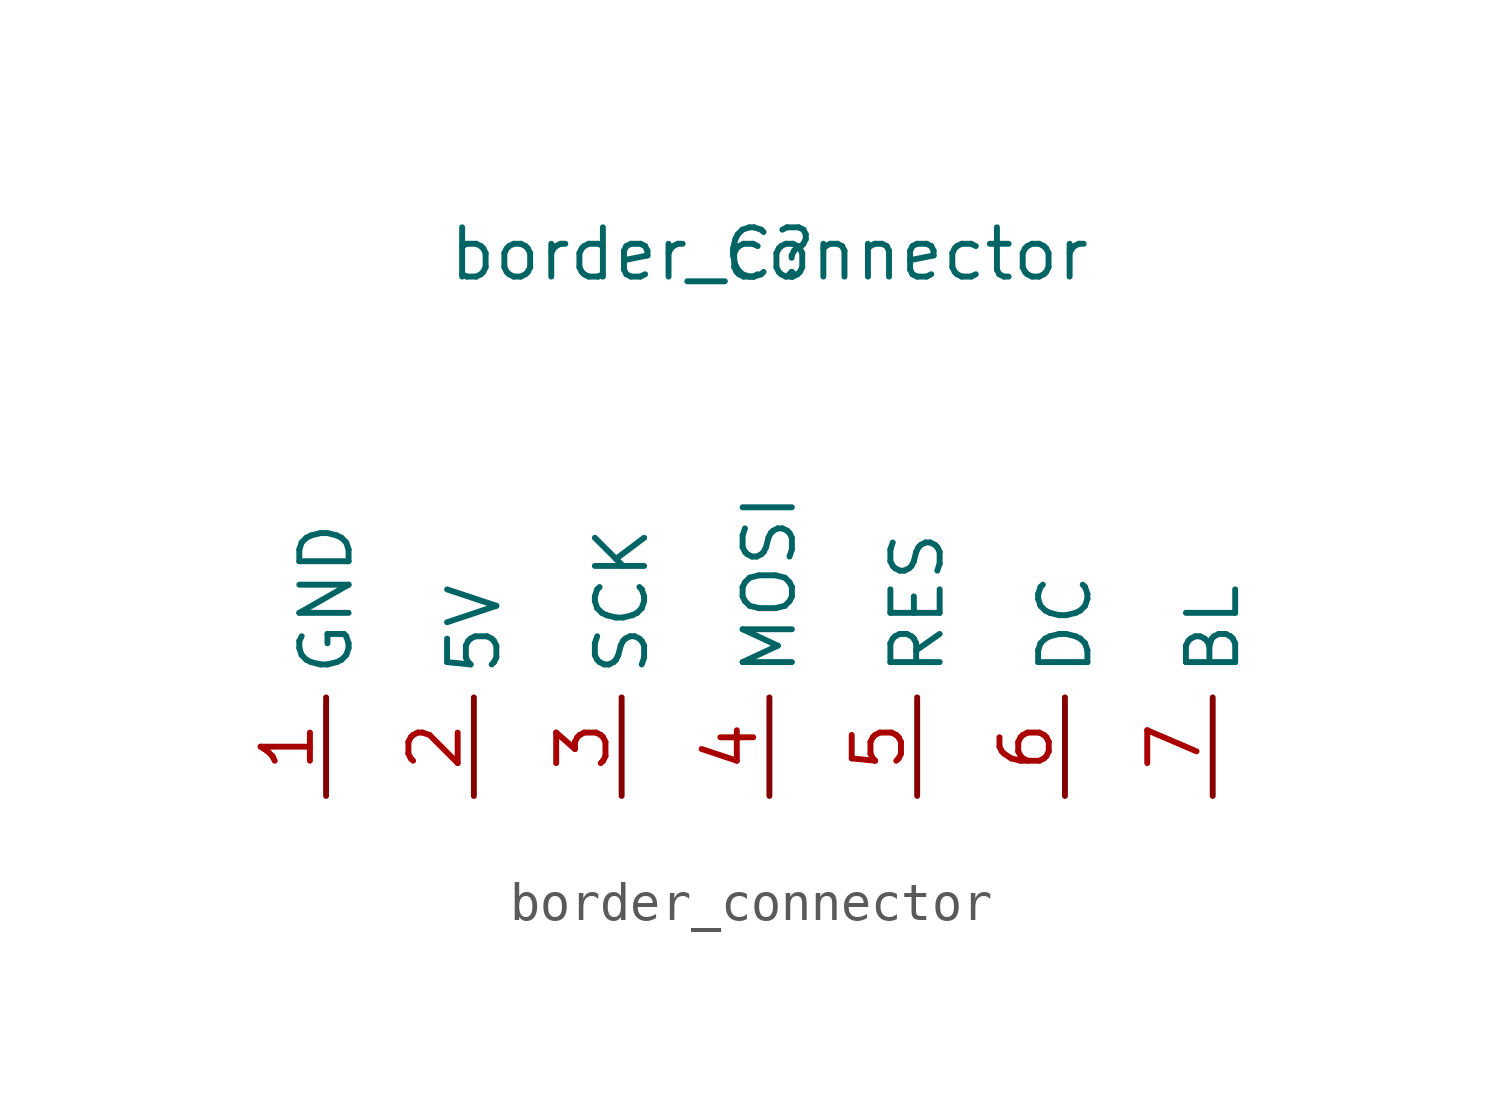
<source format=kicad_sym>
(kicad_symbol_lib
  (version 20211014)
  (generator kicad_symbol_editor)
  (symbol "border_connector"
    (property "Reference" "C"
      (at 0 11.43 0)
      (effects (font (size 1.27 1.27))))
    (property "Value" "border_connector"
      (at 0 11.43 0)
      (effects (font (size 1.27 1.27))))
    (symbol "border_connector_1_1"
      (pin input line (at -11.43 -2.54 90) (length 2.54) (name "GND" (effects (font (size 1.27 1.27)))) (number "1" (effects (font (size 1.27 1.27)))))
      (pin input line (at -7.62 -2.54 90) (length 2.54) (name "5V" (effects (font (size 1.27 1.27)))) (number "2" (effects (font (size 1.27 1.27)))))
      (pin input line (at -3.81 -2.54 90) (length 2.54) (name "SCK" (effects (font (size 1.27 1.27)))) (number "3" (effects (font (size 1.27 1.27)))))
      (pin input line (at 0 -2.54 90) (length 2.54) (name "MOSI" (effects (font (size 1.27 1.27)))) (number "4" (effects (font (size 1.27 1.27)))))
      (pin input line (at 3.81 -2.54 90) (length 2.54) (name "RES" (effects (font (size 1.27 1.27)))) (number "5" (effects (font (size 1.27 1.27)))))
      (pin input line (at 7.62 -2.54 90) (length 2.54) (name "DC" (effects (font (size 1.27 1.27)))) (number "6" (effects (font (size 1.27 1.27)))))
      (pin input line (at 11.43 -2.54 90) (length 2.54) (name "BL" (effects (font (size 1.27 1.27)))) (number "7" (effects (font (size 1.27 1.27))))))))
</source>
